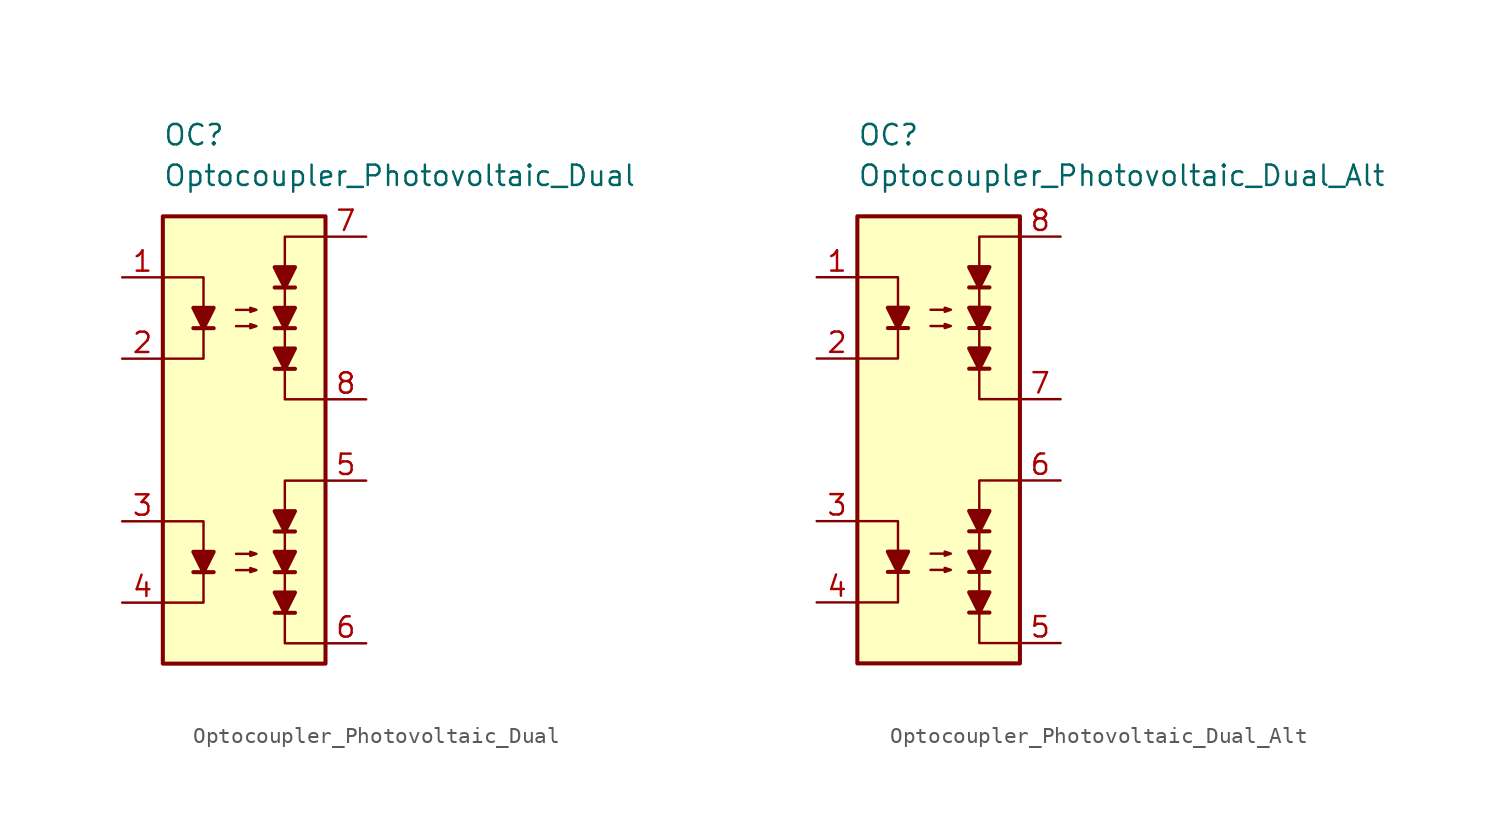
<source format=kicad_sym>
(kicad_symbol_lib
  (version 20211014)
  (generator kicad_symbol_editor)
  (symbol "Optocoupler_Misc_AKL:Optocoupler_Photovoltaic_Dual"
    (pin_names
      (offset 1.016))
    (property "Reference" "OC"
      (at -5.08 19.05 0)
      (effects (font (size 1.27 1.27)) (justify left)))
    (property "Value" "Optocoupler_Photovoltaic_Dual"
      (at -5.08 16.51 0)
      (effects (font (size 1.27 1.27)) (justify left)))
    (symbol "Optocoupler_Photovoltaic_Dual_0_0"
      (polyline (pts (xy 5.08 2.54) (xy 2.54 2.54) (xy 2.54 12.7) (xy 5.08 12.7)) (stroke (width 0) (type default) (color 0 0 0 0)) (fill (type none))))
    (symbol "Optocoupler_Photovoltaic_Dual_0_1"
      (rectangle (start -5.08 13.97) (end 5.08 -13.97) (stroke (width 0.254) (type default) (color 0 0 0 0)) (fill (type background)))
      (polyline (pts (xy -3.175 6.985) (xy -1.905 6.985)) (stroke (width 0.254) (type default) (color 0 0 0 0)) (fill (type none)))
      (polyline (pts (xy -5.08 10.16) (xy -2.54 10.16) (xy -2.54 6.985)) (stroke (width 0) (type default) (color 0 0 0 0)) (fill (type none)))
      (polyline (pts (xy -2.54 6.985) (xy -2.54 5.08) (xy -5.08 5.08)) (stroke (width 0) (type default) (color 0 0 0 0)) (fill (type none)))
      (polyline (pts (xy -2.54 6.985) (xy -3.175 8.255) (xy -1.905 8.255) (xy -2.54 6.985)) (stroke (width 0.254) (type default) (color 0 0 0 0)) (fill (type outline)))
      (polyline (pts (xy -0.508 7.112) (xy 0.762 7.112) (xy 0.381 6.985) (xy 0.381 7.239) (xy 0.762 7.112)) (stroke (width 0) (type default) (color 0 0 0 0)) (fill (type none)))
      (polyline (pts (xy -0.508 8.128) (xy 0.762 8.128) (xy 0.381 8.001) (xy 0.381 8.255) (xy 0.762 8.128)) (stroke (width 0) (type default) (color 0 0 0 0)) (fill (type none))))
    (symbol "Optocoupler_Photovoltaic_Dual_1_1"
      (polyline (pts (xy -3.175 -8.255) (xy -1.905 -8.255)) (stroke (width 0.254) (type default) (color 0 0 0 0)) (fill (type none)))
      (polyline (pts (xy 1.905 -10.795) (xy 3.175 -10.795)) (stroke (width 0.254) (type default) (color 0 0 0 0)) (fill (type none)))
      (polyline (pts (xy 1.905 -8.255) (xy 3.175 -8.255)) (stroke (width 0.254) (type default) (color 0 0 0 0)) (fill (type none)))
      (polyline (pts (xy 1.905 -5.715) (xy 3.175 -5.715)) (stroke (width 0.254) (type default) (color 0 0 0 0)) (fill (type none)))
      (polyline (pts (xy 1.905 4.445) (xy 3.175 4.445)) (stroke (width 0.254) (type default) (color 0 0 0 0)) (fill (type none)))
      (polyline (pts (xy 1.905 6.985) (xy 3.175 6.985)) (stroke (width 0.254) (type default) (color 0 0 0 0)) (fill (type none)))
      (polyline (pts (xy 1.905 9.525) (xy 3.175 9.525)) (stroke (width 0.254) (type default) (color 0 0 0 0)) (fill (type none)))
      (polyline (pts (xy -5.08 -5.08) (xy -2.54 -5.08) (xy -2.54 -8.255)) (stroke (width 0) (type default) (color 0 0 0 0)) (fill (type none)))
      (polyline (pts (xy -2.54 -8.255) (xy -2.54 -10.16) (xy -5.08 -10.16)) (stroke (width 0) (type default) (color 0 0 0 0)) (fill (type none)))
      (polyline (pts (xy -2.54 -8.255) (xy -3.175 -6.985) (xy -1.905 -6.985) (xy -2.54 -8.255)) (stroke (width 0.254) (type default) (color 0 0 0 0)) (fill (type outline)))
      (polyline (pts (xy 2.54 -10.795) (xy 1.905 -9.525) (xy 3.175 -9.525) (xy 2.54 -10.795)) (stroke (width 0.254) (type default) (color 0 0 0 0)) (fill (type outline)))
      (polyline (pts (xy 2.54 -8.255) (xy 1.905 -6.985) (xy 3.175 -6.985) (xy 2.54 -8.255)) (stroke (width 0.254) (type default) (color 0 0 0 0)) (fill (type outline)))
      (polyline (pts (xy 2.54 -5.715) (xy 1.905 -4.445) (xy 3.175 -4.445) (xy 2.54 -5.715)) (stroke (width 0.254) (type default) (color 0 0 0 0)) (fill (type outline)))
      (polyline (pts (xy 2.54 4.445) (xy 1.905 5.715) (xy 3.175 5.715) (xy 2.54 4.445)) (stroke (width 0.254) (type default) (color 0 0 0 0)) (fill (type outline)))
      (polyline (pts (xy 2.54 6.985) (xy 1.905 8.255) (xy 3.175 8.255) (xy 2.54 6.985)) (stroke (width 0.254) (type default) (color 0 0 0 0)) (fill (type outline)))
      (polyline (pts (xy 2.54 9.525) (xy 1.905 10.795) (xy 3.175 10.795) (xy 2.54 9.525)) (stroke (width 0.254) (type default) (color 0 0 0 0)) (fill (type outline)))
      (polyline (pts (xy 5.08 -12.7) (xy 2.54 -12.7) (xy 2.54 -2.54) (xy 5.08 -2.54)) (stroke (width 0) (type default) (color 0 0 0 0)) (fill (type none)))
      (polyline (pts (xy -0.508 -8.128) (xy 0.762 -8.128) (xy 0.381 -8.255) (xy 0.381 -8.001) (xy 0.762 -8.128)) (stroke (width 0) (type default) (color 0 0 0 0)) (fill (type none)))
      (polyline (pts (xy -0.508 -7.112) (xy 0.762 -7.112) (xy 0.381 -7.239) (xy 0.381 -6.985) (xy 0.762 -7.112)) (stroke (width 0) (type default) (color 0 0 0 0)) (fill (type none)))
      (pin passive line (at -7.62 10.16 0) (length 2.54) (name "~" (effects (font (size 1.27 1.27)))) (number "1" (effects (font (size 1.27 1.27)))))
      (pin passive line (at -7.62 5.08 0) (length 2.54) (name "~" (effects (font (size 1.27 1.27)))) (number "2" (effects (font (size 1.27 1.27)))))
      (pin passive line (at -7.62 -5.08 0) (length 2.54) (name "~" (effects (font (size 1.27 1.27)))) (number "3" (effects (font (size 1.27 1.27)))))
      (pin passive line (at -7.62 -10.16 0) (length 2.54) (name "~" (effects (font (size 1.27 1.27)))) (number "4" (effects (font (size 1.27 1.27)))))
      (pin passive line (at 7.62 -2.54 180) (length 2.54) (name "~" (effects (font (size 1.27 1.27)))) (number "5" (effects (font (size 1.27 1.27)))))
      (pin passive line (at 7.62 -12.7 180) (length 2.54) (name "~" (effects (font (size 1.27 1.27)))) (number "6" (effects (font (size 1.27 1.27)))))
      (pin passive line (at 7.62 12.7 180) (length 2.54) (name "~" (effects (font (size 1.27 1.27)))) (number "7" (effects (font (size 1.27 1.27)))))
      (pin passive line (at 7.62 2.54 180) (length 2.54) (name "~" (effects (font (size 1.27 1.27)))) (number "8" (effects (font (size 1.27 1.27)))))))
  (symbol "Optocoupler_Misc_AKL:Optocoupler_Photovoltaic_Dual_Alt"
    (pin_names
      (offset 1.016))
    (property "Reference" "OC"
      (at -5.08 19.05 0)
      (effects (font (size 1.27 1.27)) (justify left)))
    (property "Value" "Optocoupler_Photovoltaic_Dual_Alt"
      (at -5.08 16.51 0)
      (effects (font (size 1.27 1.27)) (justify left)))
    (symbol "Optocoupler_Photovoltaic_Dual_Alt_0_0"
      (polyline (pts (xy 5.08 2.54) (xy 2.54 2.54) (xy 2.54 12.7) (xy 5.08 12.7)) (stroke (width 0) (type default) (color 0 0 0 0)) (fill (type none))))
    (symbol "Optocoupler_Photovoltaic_Dual_Alt_0_1"
      (rectangle (start -5.08 13.97) (end 5.08 -13.97) (stroke (width 0.254) (type default) (color 0 0 0 0)) (fill (type background)))
      (polyline (pts (xy -3.175 6.985) (xy -1.905 6.985)) (stroke (width 0.254) (type default) (color 0 0 0 0)) (fill (type none)))
      (polyline (pts (xy -5.08 10.16) (xy -2.54 10.16) (xy -2.54 6.985)) (stroke (width 0) (type default) (color 0 0 0 0)) (fill (type none)))
      (polyline (pts (xy -2.54 6.985) (xy -2.54 5.08) (xy -5.08 5.08)) (stroke (width 0) (type default) (color 0 0 0 0)) (fill (type none)))
      (polyline (pts (xy -2.54 6.985) (xy -3.175 8.255) (xy -1.905 8.255) (xy -2.54 6.985)) (stroke (width 0.254) (type default) (color 0 0 0 0)) (fill (type outline)))
      (polyline (pts (xy -0.508 7.112) (xy 0.762 7.112) (xy 0.381 6.985) (xy 0.381 7.239) (xy 0.762 7.112)) (stroke (width 0) (type default) (color 0 0 0 0)) (fill (type none)))
      (polyline (pts (xy -0.508 8.128) (xy 0.762 8.128) (xy 0.381 8.001) (xy 0.381 8.255) (xy 0.762 8.128)) (stroke (width 0) (type default) (color 0 0 0 0)) (fill (type none))))
    (symbol "Optocoupler_Photovoltaic_Dual_Alt_1_1"
      (polyline (pts (xy -3.175 -8.255) (xy -1.905 -8.255)) (stroke (width 0.254) (type default) (color 0 0 0 0)) (fill (type none)))
      (polyline (pts (xy 1.905 -10.795) (xy 3.175 -10.795)) (stroke (width 0.254) (type default) (color 0 0 0 0)) (fill (type none)))
      (polyline (pts (xy 1.905 -8.255) (xy 3.175 -8.255)) (stroke (width 0.254) (type default) (color 0 0 0 0)) (fill (type none)))
      (polyline (pts (xy 1.905 -5.715) (xy 3.175 -5.715)) (stroke (width 0.254) (type default) (color 0 0 0 0)) (fill (type none)))
      (polyline (pts (xy 1.905 4.445) (xy 3.175 4.445)) (stroke (width 0.254) (type default) (color 0 0 0 0)) (fill (type none)))
      (polyline (pts (xy 1.905 6.985) (xy 3.175 6.985)) (stroke (width 0.254) (type default) (color 0 0 0 0)) (fill (type none)))
      (polyline (pts (xy 1.905 9.525) (xy 3.175 9.525)) (stroke (width 0.254) (type default) (color 0 0 0 0)) (fill (type none)))
      (polyline (pts (xy -5.08 -5.08) (xy -2.54 -5.08) (xy -2.54 -8.255)) (stroke (width 0) (type default) (color 0 0 0 0)) (fill (type none)))
      (polyline (pts (xy -2.54 -8.255) (xy -2.54 -10.16) (xy -5.08 -10.16)) (stroke (width 0) (type default) (color 0 0 0 0)) (fill (type none)))
      (polyline (pts (xy -2.54 -8.255) (xy -3.175 -6.985) (xy -1.905 -6.985) (xy -2.54 -8.255)) (stroke (width 0.254) (type default) (color 0 0 0 0)) (fill (type outline)))
      (polyline (pts (xy 2.54 -10.795) (xy 1.905 -9.525) (xy 3.175 -9.525) (xy 2.54 -10.795)) (stroke (width 0.254) (type default) (color 0 0 0 0)) (fill (type outline)))
      (polyline (pts (xy 2.54 -8.255) (xy 1.905 -6.985) (xy 3.175 -6.985) (xy 2.54 -8.255)) (stroke (width 0.254) (type default) (color 0 0 0 0)) (fill (type outline)))
      (polyline (pts (xy 2.54 -5.715) (xy 1.905 -4.445) (xy 3.175 -4.445) (xy 2.54 -5.715)) (stroke (width 0.254) (type default) (color 0 0 0 0)) (fill (type outline)))
      (polyline (pts (xy 2.54 4.445) (xy 1.905 5.715) (xy 3.175 5.715) (xy 2.54 4.445)) (stroke (width 0.254) (type default) (color 0 0 0 0)) (fill (type outline)))
      (polyline (pts (xy 2.54 6.985) (xy 1.905 8.255) (xy 3.175 8.255) (xy 2.54 6.985)) (stroke (width 0.254) (type default) (color 0 0 0 0)) (fill (type outline)))
      (polyline (pts (xy 2.54 9.525) (xy 1.905 10.795) (xy 3.175 10.795) (xy 2.54 9.525)) (stroke (width 0.254) (type default) (color 0 0 0 0)) (fill (type outline)))
      (polyline (pts (xy 5.08 -12.7) (xy 2.54 -12.7) (xy 2.54 -2.54) (xy 5.08 -2.54)) (stroke (width 0) (type default) (color 0 0 0 0)) (fill (type none)))
      (polyline (pts (xy -0.508 -8.128) (xy 0.762 -8.128) (xy 0.381 -8.255) (xy 0.381 -8.001) (xy 0.762 -8.128)) (stroke (width 0) (type default) (color 0 0 0 0)) (fill (type none)))
      (polyline (pts (xy -0.508 -7.112) (xy 0.762 -7.112) (xy 0.381 -7.239) (xy 0.381 -6.985) (xy 0.762 -7.112)) (stroke (width 0) (type default) (color 0 0 0 0)) (fill (type none)))
      (pin passive line (at -7.62 10.16 0) (length 2.54) (name "~" (effects (font (size 1.27 1.27)))) (number "1" (effects (font (size 1.27 1.27)))))
      (pin passive line (at -7.62 5.08 0) (length 2.54) (name "~" (effects (font (size 1.27 1.27)))) (number "2" (effects (font (size 1.27 1.27)))))
      (pin passive line (at -7.62 -5.08 0) (length 2.54) (name "~" (effects (font (size 1.27 1.27)))) (number "3" (effects (font (size 1.27 1.27)))))
      (pin passive line (at -7.62 -10.16 0) (length 2.54) (name "~" (effects (font (size 1.27 1.27)))) (number "4" (effects (font (size 1.27 1.27)))))
      (pin passive line (at 7.62 -12.7 180) (length 2.54) (name "~" (effects (font (size 1.27 1.27)))) (number "5" (effects (font (size 1.27 1.27)))))
      (pin passive line (at 7.62 -2.54 180) (length 2.54) (name "~" (effects (font (size 1.27 1.27)))) (number "6" (effects (font (size 1.27 1.27)))))
      (pin passive line (at 7.62 2.54 180) (length 2.54) (name "~" (effects (font (size 1.27 1.27)))) (number "7" (effects (font (size 1.27 1.27)))))
      (pin passive line (at 7.62 12.7 180) (length 2.54) (name "~" (effects (font (size 1.27 1.27)))) (number "8" (effects (font (size 1.27 1.27))))))))
</source>
